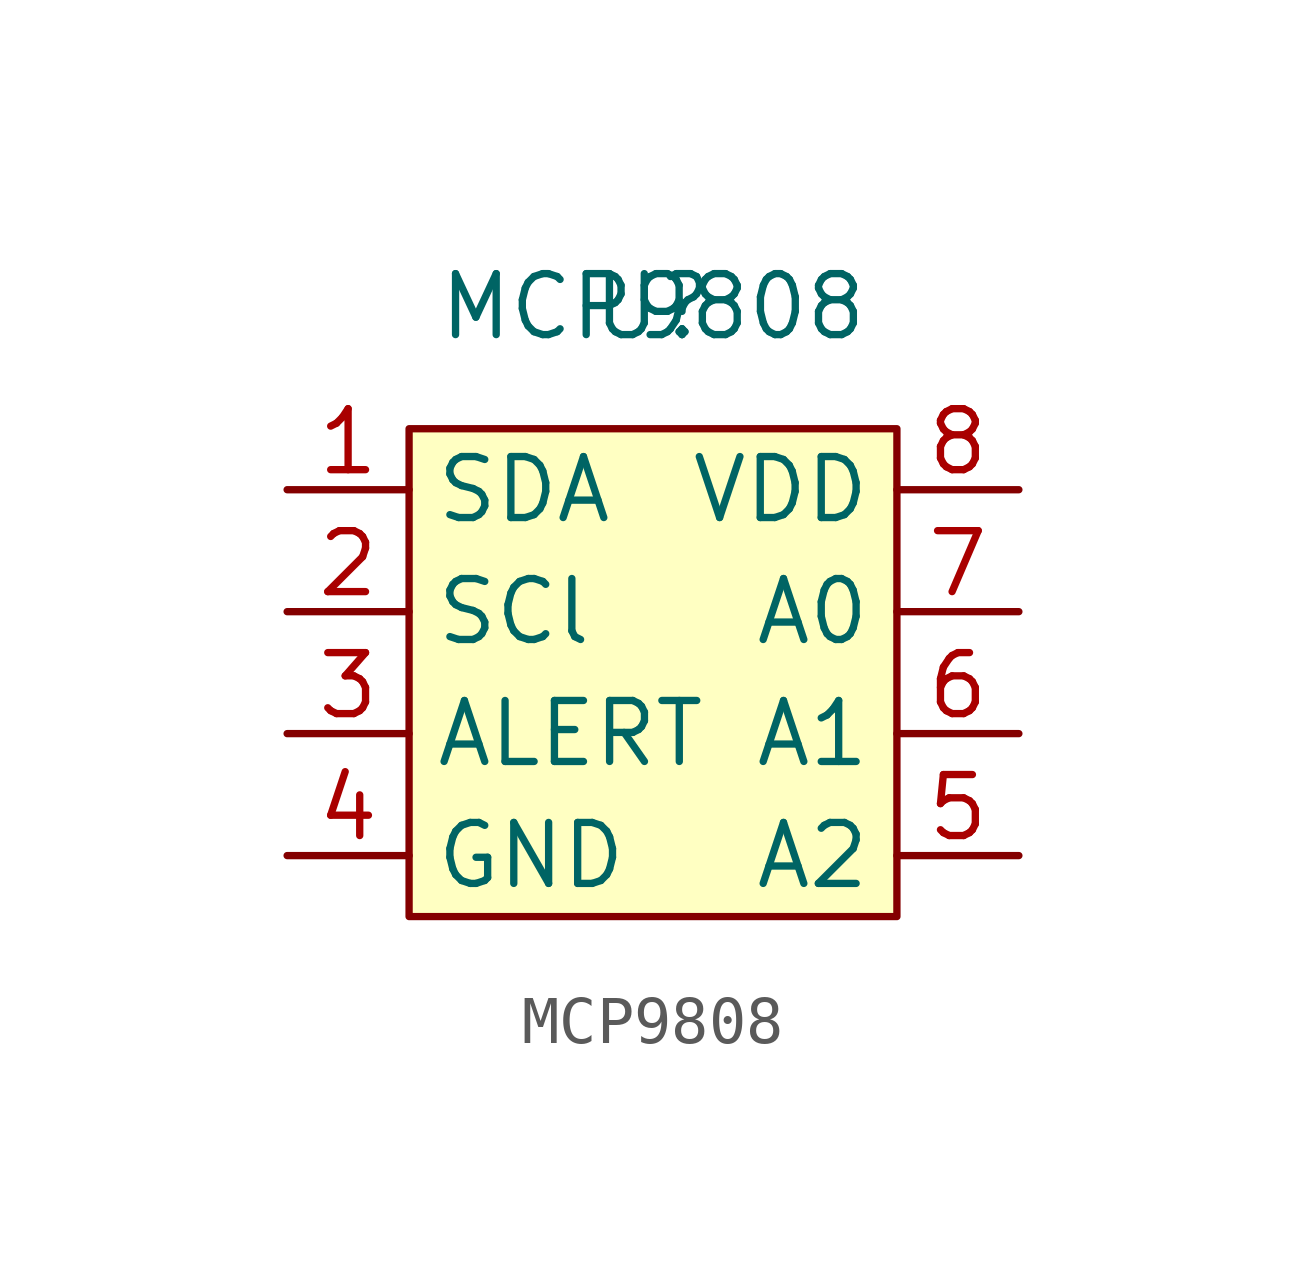
<source format=kicad_sym>
(kicad_symbol_lib
  (version 20211014)
  (generator kicad_symbol_editor)
  (symbol "MCP9808"
    (property "Reference" "U"
      (at 0 0 0)
      (effects (font (size 1.27 1.27))))
    (property "Value" "MCP9808"
      (at 0 0 0)
      (effects (font (size 1.27 1.27))))
    (symbol "MCP9808_0_1"
      (rectangle (start -5.08 -2.54) (end 5.08 -12.7) (stroke (width 0) (type default) (color 0 0 0 0)) (fill (type background))))
    (symbol "MCP9808_1_1"
      (pin bidirectional line (at -7.62 -3.81 0) (length 2.54) (name "SDA" (effects (font (size 1.27 1.27)))) (number "1" (effects (font (size 1.27 1.27)))))
      (pin bidirectional line (at -7.62 -6.35 0) (length 2.54) (name "SCl" (effects (font (size 1.27 1.27)))) (number "2" (effects (font (size 1.27 1.27)))))
      (pin output line (at -7.62 -8.89 0) (length 2.54) (name "ALERT" (effects (font (size 1.27 1.27)))) (number "3" (effects (font (size 1.27 1.27)))))
      (pin power_in line (at -7.62 -11.43 0) (length 2.54) (name "GND" (effects (font (size 1.27 1.27)))) (number "4" (effects (font (size 1.27 1.27)))))
      (pin input line (at 7.62 -11.43 180) (length 2.54) (name "A2" (effects (font (size 1.27 1.27)))) (number "5" (effects (font (size 1.27 1.27)))))
      (pin input line (at 7.62 -8.89 180) (length 2.54) (name "A1" (effects (font (size 1.27 1.27)))) (number "6" (effects (font (size 1.27 1.27)))))
      (pin input line (at 7.62 -6.35 180) (length 2.54) (name "A0" (effects (font (size 1.27 1.27)))) (number "7" (effects (font (size 1.27 1.27)))))
      (pin power_in line (at 7.62 -3.81 180) (length 2.54) (name "VDD" (effects (font (size 1.27 1.27)))) (number "8" (effects (font (size 1.27 1.27))))))))
</source>
